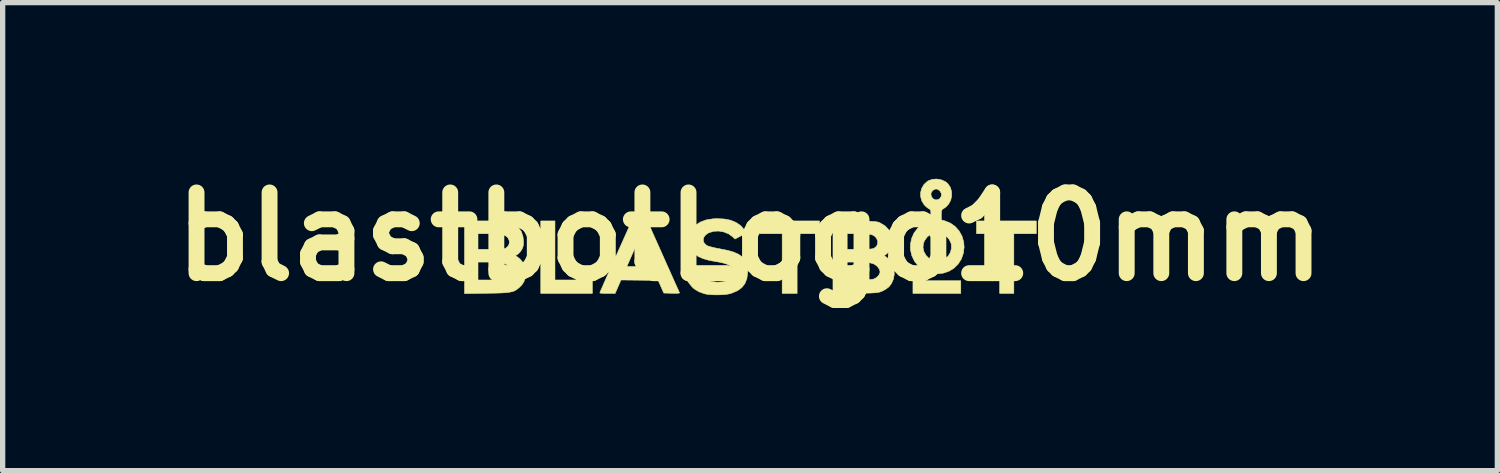
<source format=kicad_pcb>
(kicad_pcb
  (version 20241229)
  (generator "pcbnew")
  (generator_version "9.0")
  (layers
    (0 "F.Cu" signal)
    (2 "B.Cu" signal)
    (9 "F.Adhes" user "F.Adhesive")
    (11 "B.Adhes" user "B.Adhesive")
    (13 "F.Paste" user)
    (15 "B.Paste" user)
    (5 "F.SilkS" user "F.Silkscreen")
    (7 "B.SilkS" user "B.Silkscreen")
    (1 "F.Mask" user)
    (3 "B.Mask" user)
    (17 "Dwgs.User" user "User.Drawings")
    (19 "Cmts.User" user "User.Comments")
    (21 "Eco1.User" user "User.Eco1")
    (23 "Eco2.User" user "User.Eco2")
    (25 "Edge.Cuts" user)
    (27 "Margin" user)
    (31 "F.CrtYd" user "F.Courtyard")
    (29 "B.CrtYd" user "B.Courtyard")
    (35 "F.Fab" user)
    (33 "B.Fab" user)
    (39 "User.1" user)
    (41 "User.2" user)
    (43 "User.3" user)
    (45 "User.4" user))
  (footprint "blastbotLogo10mm"
    (layer "F.Cu")
    (at 11.111 1.418)
    (property "Reference" "blastbotLogo10mm" (at 0 0 0) (layer "F.SilkS") (effects (font (size 1.524 1.524) (thickness 0.3))))
    (attr through_hole)
    (fp_poly (pts (xy 3.979 1.072) (xy 3.076 1.072) (xy 3.076 0.833) (xy 3.979 0.833) (xy 3.979 1.072)) (stroke (width 0.01) (type solid)) (fill yes) (layer "F.SilkS"))
    (fp_poly (pts (xy -3.683 0.818) (xy -2.977 0.818) (xy -2.977 1.072) (xy -3.951 1.072) (xy -3.951 -0.296) (xy -3.683 -0.296) (xy -3.683 0.818)) (stroke (width 0.01) (type solid)) (fill yes) (layer "F.SilkS"))
    (fp_poly (pts (xy 1.312 -0.056) (xy 0.889 -0.056) (xy 0.889 1.072) (xy 0.607 1.072) (xy 0.607 -0.056) (xy 0.183 -0.056) (xy 0.183 -0.296) (xy 1.312 -0.296) (xy 1.312 -0.056)) (stroke (width 0.01) (type solid)) (fill yes) (layer "F.SilkS"))
    (fp_poly (pts (xy 5.405 -0.056) (xy 4.981 -0.056) (xy 4.981 1.072) (xy 4.713 1.072) (xy 4.713 -0.056) (xy 4.276 -0.056) (xy 4.276 -0.296) (xy 5.405 -0.296) (xy 5.405 -0.056)) (stroke (width 0.01) (type solid)) (fill yes) (layer "F.SilkS"))
    (fp_poly (pts (xy -1.637 0.377) (xy -1.58 0.507) (xy -1.525 0.628) (xy -1.475 0.74) (xy -1.431 0.839) (xy -1.393 0.923) (xy -1.363 0.989) (xy -1.342 1.036) (xy -1.332 1.06) (xy -1.33 1.062) (xy -1.341 1.066) (xy -1.374 1.069) (xy -1.425 1.07) (xy -1.476 1.069) (xy -1.628 1.065) (xy -1.681 0.945) (xy -1.734 0.826) (xy -2.085 0.822) (xy -2.436 0.818) (xy -2.547 1.072) (xy -2.692 1.072) (xy -2.752 1.071) (xy -2.8 1.069) (xy -2.829 1.065) (xy -2.836 1.061) (xy -2.831 1.046) (xy -2.815 1.008) (xy -2.789 0.95) (xy -2.755 0.872) (xy -2.714 0.779) (xy -2.667 0.672) (xy -2.619 0.564) (xy -2.326 0.564) (xy -2.086 0.564) (xy -1.995 0.564) (xy -1.929 0.562) (xy -1.885 0.56) (xy -1.861 0.555) (xy -1.853 0.549) (xy -1.853 0.547) (xy -1.869 0.509) (xy -1.892 0.456) (xy -1.92 0.391) (xy -1.952 0.321) (xy -1.984 0.248) (xy -2.014 0.18) (xy -2.042 0.119) (xy -2.063 0.07) (xy -2.078 0.039) (xy -2.082 0.03) (xy -2.085 0.029) (xy -2.089 0.034) (xy -2.096 0.047) (xy -2.108 0.071) (xy -2.125 0.108) (xy -2.149 0.162) (xy -2.181 0.235) (xy -2.223 0.33) (xy -2.244 0.377) (xy -2.326 0.564) (xy -2.619 0.564) (xy -2.614 0.555) (xy -2.558 0.428) (xy -2.536 0.38) (xy -2.236 -0.289) (xy -2.087 -0.293) (xy -1.939 -0.297) (xy -1.637 0.377)) (stroke (width 0.01) (type solid)) (fill yes) (layer "F.SilkS"))
    (fp_poly (pts (xy -4.894 -0.296) (xy -4.801 -0.295) (xy -4.729 -0.294) (xy -4.673 -0.291) (xy -4.63 -0.287) (xy -4.595 -0.282) (xy -4.564 -0.275) (xy -4.545 -0.269) (xy -4.446 -0.228) (xy -4.371 -0.17) (xy -4.319 -0.097) (xy -4.288 -0.005) (xy -4.279 0.064) (xy -4.277 0.124) (xy -4.281 0.168) (xy -4.292 0.207) (xy -4.304 0.233) (xy -4.332 0.278) (xy -4.367 0.317) (xy -4.381 0.328) (xy -4.427 0.358) (xy -4.374 0.397) (xy -4.334 0.433) (xy -4.295 0.481) (xy -4.28 0.504) (xy -4.259 0.543) (xy -4.247 0.579) (xy -4.242 0.622) (xy -4.241 0.683) (xy -4.241 0.684) (xy -4.247 0.775) (xy -4.268 0.848) (xy -4.307 0.91) (xy -4.363 0.965) (xy -4.395 0.991) (xy -4.426 1.012) (xy -4.46 1.029) (xy -4.501 1.041) (xy -4.551 1.051) (xy -4.615 1.058) (xy -4.695 1.063) (xy -4.795 1.066) (xy -4.918 1.068) (xy -4.978 1.069) (xy -5.39 1.075) (xy -5.39 0.48) (xy -5.136 0.48) (xy -5.136 0.818) (xy -4.914 0.818) (xy -4.833 0.817) (xy -4.758 0.815) (xy -4.694 0.811) (xy -4.65 0.806) (xy -4.637 0.803) (xy -4.589 0.782) (xy -4.545 0.751) (xy -4.541 0.748) (xy -4.508 0.7) (xy -4.503 0.65) (xy -4.526 0.597) (xy -4.545 0.572) (xy -4.58 0.539) (xy -4.622 0.515) (xy -4.675 0.498) (xy -4.744 0.487) (xy -4.832 0.481) (xy -4.934 0.48) (xy -5.136 0.48) (xy -5.39 0.48) (xy -5.39 0.24) (xy -5.136 0.24) (xy -4.896 0.24) (xy -4.8 0.239) (xy -4.729 0.237) (xy -4.677 0.234) (xy -4.641 0.228) (xy -4.617 0.22) (xy -4.614 0.219) (xy -4.569 0.181) (xy -4.546 0.132) (xy -4.546 0.077) (xy -4.567 0.03) (xy -4.594 -0.001) (xy -4.629 -0.023) (xy -4.677 -0.039) (xy -4.741 -0.049) (xy -4.826 -0.055) (xy -4.921 -0.056) (xy -5.136 -0.056) (xy -5.136 0.24) (xy -5.39 0.24) (xy -5.39 -0.296) (xy -5.011 -0.296) (xy -4.894 -0.296)) (stroke (width 0.01) (type solid)) (fill yes) (layer "F.SilkS"))
    (fp_poly (pts (xy 1.979 -0.294) (xy 2.099 -0.292) (xy 2.194 -0.291) (xy 2.268 -0.289) (xy 2.324 -0.286) (xy 2.366 -0.283) (xy 2.398 -0.279) (xy 2.422 -0.273) (xy 2.443 -0.265) (xy 2.455 -0.26) (xy 2.548 -0.204) (xy 2.616 -0.134) (xy 2.66 -0.049) (xy 2.68 0.05) (xy 2.681 0.084) (xy 2.67 0.179) (xy 2.639 0.258) (xy 2.588 0.319) (xy 2.57 0.332) (xy 2.544 0.353) (xy 2.534 0.365) (xy 2.536 0.367) (xy 2.563 0.378) (xy 2.599 0.407) (xy 2.636 0.448) (xy 2.67 0.493) (xy 2.69 0.529) (xy 2.718 0.619) (xy 2.723 0.713) (xy 2.706 0.805) (xy 2.668 0.889) (xy 2.622 0.947) (xy 2.576 0.983) (xy 2.519 1.017) (xy 2.486 1.033) (xy 2.462 1.042) (xy 2.437 1.049) (xy 2.409 1.055) (xy 2.374 1.059) (xy 2.328 1.062) (xy 2.268 1.065) (xy 2.19 1.067) (xy 2.09 1.068) (xy 1.986 1.07) (xy 1.566 1.075) (xy 1.566 0.48) (xy 1.834 0.48) (xy 1.834 0.818) (xy 2.055 0.818) (xy 2.143 0.817) (xy 2.222 0.814) (xy 2.284 0.809) (xy 2.326 0.803) (xy 2.331 0.802) (xy 2.385 0.775) (xy 2.428 0.734) (xy 2.452 0.687) (xy 2.455 0.663) (xy 2.444 0.619) (xy 2.412 0.572) (xy 2.376 0.539) (xy 2.333 0.514) (xy 2.278 0.497) (xy 2.207 0.486) (xy 2.115 0.481) (xy 2.029 0.48) (xy 1.834 0.48) (xy 1.566 0.48) (xy 1.566 0.24) (xy 1.834 0.24) (xy 2.068 0.24) (xy 2.163 0.239) (xy 2.233 0.237) (xy 2.284 0.233) (xy 2.319 0.227) (xy 2.342 0.219) (xy 2.343 0.219) (xy 2.389 0.181) (xy 2.411 0.132) (xy 2.41 0.078) (xy 2.383 0.023) (xy 2.377 0.016) (xy 2.351 -0.01) (xy 2.319 -0.029) (xy 2.276 -0.042) (xy 2.22 -0.051) (xy 2.144 -0.055) (xy 2.045 -0.056) (xy 2.036 -0.056) (xy 1.834 -0.056) (xy 1.834 0.24) (xy 1.566 0.24) (xy 1.566 -0.298) (xy 1.979 -0.294)) (stroke (width 0.01) (type solid)) (fill yes) (layer "F.SilkS"))
    (fp_poly (pts (xy -0.486 -0.333) (xy -0.371 -0.311) (xy -0.273 -0.272) (xy -0.187 -0.216) (xy -0.157 -0.187) (xy -0.126 -0.149) (xy -0.1 -0.112) (xy -0.086 -0.083) (xy -0.085 -0.077) (xy -0.096 -0.063) (xy -0.127 -0.041) (xy -0.172 -0.014) (xy -0.185 -0.007) (xy -0.285 0.045) (xy -0.329 0.002) (xy -0.405 -0.053) (xy -0.495 -0.089) (xy -0.592 -0.106) (xy -0.688 -0.101) (xy -0.776 -0.074) (xy -0.783 -0.071) (xy -0.841 -0.031) (xy -0.874 0.016) (xy -0.884 0.066) (xy -0.87 0.114) (xy -0.831 0.156) (xy -0.801 0.174) (xy -0.768 0.186) (xy -0.713 0.2) (xy -0.645 0.216) (xy -0.569 0.23) (xy -0.552 0.234) (xy -0.42 0.26) (xy -0.313 0.291) (xy -0.228 0.327) (xy -0.162 0.371) (xy -0.112 0.423) (xy -0.075 0.487) (xy -0.071 0.496) (xy -0.054 0.541) (xy -0.046 0.585) (xy -0.043 0.638) (xy -0.045 0.683) (xy -0.06 0.793) (xy -0.096 0.884) (xy -0.153 0.959) (xy -0.232 1.018) (xy -0.336 1.063) (xy -0.391 1.08) (xy -0.455 1.091) (xy -0.537 1.097) (xy -0.628 1.099) (xy -0.719 1.097) (xy -0.799 1.09) (xy -0.857 1.079) (xy -0.963 1.041) (xy -1.048 0.99) (xy -1.085 0.957) (xy -1.115 0.924) (xy -1.148 0.882) (xy -1.179 0.839) (xy -1.202 0.802) (xy -1.213 0.777) (xy -1.214 0.775) (xy -1.202 0.764) (xy -1.171 0.744) (xy -1.126 0.718) (xy -1.104 0.706) (xy -0.995 0.647) (xy -0.974 0.68) (xy -0.91 0.755) (xy -0.828 0.811) (xy -0.73 0.847) (xy -0.62 0.861) (xy -0.611 0.861) (xy -0.514 0.854) (xy -0.437 0.833) (xy -0.375 0.797) (xy -0.358 0.782) (xy -0.327 0.748) (xy -0.313 0.714) (xy -0.31 0.675) (xy -0.319 0.62) (xy -0.345 0.576) (xy -0.392 0.539) (xy -0.461 0.51) (xy -0.555 0.486) (xy -0.63 0.473) (xy -0.77 0.448) (xy -0.884 0.416) (xy -0.975 0.376) (xy -1.045 0.327) (xy -1.095 0.268) (xy -1.128 0.197) (xy -1.143 0.134) (xy -1.148 0.026) (xy -1.129 -0.07) (xy -1.086 -0.153) (xy -1.02 -0.223) (xy -0.934 -0.277) (xy -0.828 -0.316) (xy -0.703 -0.336) (xy -0.621 -0.34) (xy -0.486 -0.333)) (stroke (width 0.01) (type solid)) (fill yes) (layer "F.SilkS"))
    (fp_poly (pts (xy 3.607 -1.074) (xy 3.683 -1.042) (xy 3.735 -1) (xy 3.782 -0.931) (xy 3.805 -0.852) (xy 3.807 -0.769) (xy 3.789 -0.688) (xy 3.75 -0.615) (xy 3.693 -0.555) (xy 3.651 -0.528) (xy 3.631 -0.515) (xy 3.619 -0.498) (xy 3.614 -0.471) (xy 3.612 -0.424) (xy 3.612 -0.412) (xy 3.612 -0.316) (xy 3.672 -0.3) (xy 3.78 -0.257) (xy 3.873 -0.192) (xy 3.947 -0.108) (xy 4.002 -0.01) (xy 4.034 0.101) (xy 4.042 0.198) (xy 4.027 0.317) (xy 3.989 0.424) (xy 3.929 0.518) (xy 3.851 0.595) (xy 3.756 0.653) (xy 3.648 0.689) (xy 3.569 0.699) (xy 3.508 0.7) (xy 3.452 0.697) (xy 3.411 0.691) (xy 3.305 0.65) (xy 3.207 0.582) (xy 3.176 0.553) (xy 3.103 0.461) (xy 3.055 0.359) (xy 3.03 0.251) (xy 3.029 0.206) (xy 3.266 0.206) (xy 3.283 0.283) (xy 3.322 0.353) (xy 3.378 0.411) (xy 3.448 0.45) (xy 3.456 0.453) (xy 3.511 0.461) (xy 3.577 0.456) (xy 3.641 0.44) (xy 3.677 0.423) (xy 3.74 0.369) (xy 3.783 0.299) (xy 3.803 0.221) (xy 3.799 0.139) (xy 3.796 0.127) (xy 3.765 0.059) (xy 3.716 0.000244) (xy 3.653 -0.045) (xy 3.584 -0.073) (xy 3.515 -0.08) (xy 3.495 -0.077) (xy 3.414 -0.046) (xy 3.346 0.005) (xy 3.296 0.073) (xy 3.274 0.128) (xy 3.266 0.206) (xy 3.029 0.206) (xy 3.029 0.14) (xy 3.052 0.031) (xy 3.098 -0.071) (xy 3.169 -0.163) (xy 3.175 -0.169) (xy 3.217 -0.205) (xy 3.269 -0.241) (xy 3.321 -0.271) (xy 3.367 -0.291) (xy 3.393 -0.296) (xy 3.405 -0.302) (xy 3.411 -0.321) (xy 3.414 -0.359) (xy 3.415 -0.402) (xy 3.414 -0.456) (xy 3.411 -0.489) (xy 3.403 -0.509) (xy 3.387 -0.521) (xy 3.375 -0.528) (xy 3.34 -0.552) (xy 3.302 -0.587) (xy 3.291 -0.598) (xy 3.245 -0.671) (xy 3.222 -0.751) (xy 3.221 -0.801) (xy 3.415 -0.801) (xy 3.426 -0.752) (xy 3.455 -0.716) (xy 3.495 -0.696) (xy 3.539 -0.695) (xy 3.581 -0.716) (xy 3.584 -0.72) (xy 3.612 -0.764) (xy 3.614 -0.812) (xy 3.588 -0.859) (xy 3.576 -0.871) (xy 3.534 -0.898) (xy 3.495 -0.898) (xy 3.452 -0.874) (xy 3.422 -0.837) (xy 3.415 -0.801) (xy 3.221 -0.801) (xy 3.221 -0.835) (xy 3.243 -0.915) (xy 3.285 -0.986) (xy 3.348 -1.043) (xy 3.366 -1.054) (xy 3.441 -1.082) (xy 3.524 -1.088) (xy 3.607 -1.074)) (stroke (width 0.01) (type solid)) (fill yes) (layer "F.SilkS")))
  (gr_rect
    (start -3 -3)
    (end 25.221 5.836)
    (stroke (width 0.1) (type default))
    (fill no)
    (layer "Edge.Cuts")))
</source>
